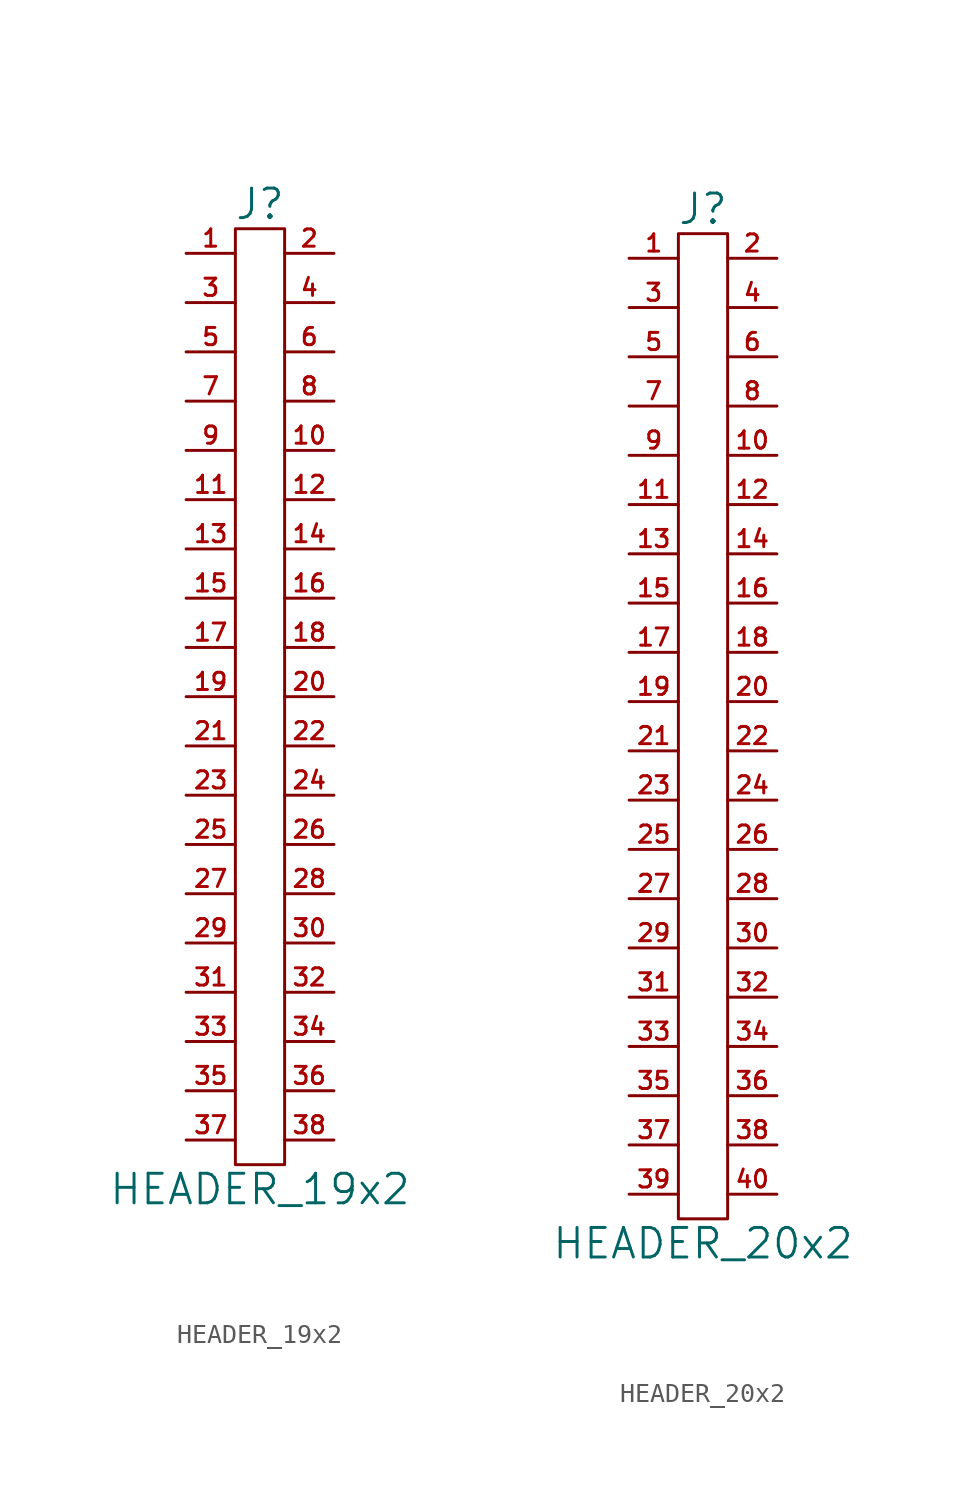
<source format=kicad_sym>
(kicad_symbol_lib
  (version 20201005)
  (generator kicad_symbol_editor)
  (symbol "HEADER_19x2"
    (pin_names
      (offset 0))
    (property "Reference" "J"
      (at 0 25.4 0)
      (effects (font (size 1.524 1.524))))
    (property "Value" "HEADER_19x2"
      (at 0 -25.4 0)
      (effects (font (size 1.524 1.524))))
    (property "Footprint" ""
      (at 0 -1.27 0)
      (effects (font (size 1.524 1.524))))
    (property "Datasheet" ""
      (at 0 -1.27 0)
      (effects (font (size 1.524 1.524))))
    (symbol "HEADER_19x2_0_1"
      (rectangle (start -1.27 24.13) (end 1.27 -24.13) (stroke (width 0)) (fill (type none))))
    (symbol "HEADER_19x2_1_1"
      (pin passive line (at -3.81 22.86 0) (length 2.54) (name "~" (effects (font (size 0.889 0.889)))) (number "1" (effects (font (size 0.889 0.889)))))
      (pin passive line (at 3.81 12.7 180) (length 2.54) (name "~" (effects (font (size 1.27 1.27)))) (number "10" (effects (font (size 0.889 0.889)))))
      (pin passive line (at -3.81 10.16 0) (length 2.54) (name "~" (effects (font (size 1.27 1.27)))) (number "11" (effects (font (size 0.889 0.889)))))
      (pin passive line (at 3.81 10.16 180) (length 2.54) (name "~" (effects (font (size 1.27 1.27)))) (number "12" (effects (font (size 0.889 0.889)))))
      (pin passive line (at -3.81 7.62 0) (length 2.54) (name "~" (effects (font (size 1.27 1.27)))) (number "13" (effects (font (size 0.889 0.889)))))
      (pin passive line (at 3.81 7.62 180) (length 2.54) (name "~" (effects (font (size 1.27 1.27)))) (number "14" (effects (font (size 0.889 0.889)))))
      (pin passive line (at -3.81 5.08 0) (length 2.54) (name "~" (effects (font (size 1.27 1.27)))) (number "15" (effects (font (size 0.889 0.889)))))
      (pin passive line (at 3.81 5.08 180) (length 2.54) (name "~" (effects (font (size 1.27 1.27)))) (number "16" (effects (font (size 0.889 0.889)))))
      (pin passive line (at -3.81 2.54 0) (length 2.54) (name "~" (effects (font (size 1.27 1.27)))) (number "17" (effects (font (size 0.889 0.889)))))
      (pin passive line (at 3.81 2.54 180) (length 2.54) (name "~" (effects (font (size 1.27 1.27)))) (number "18" (effects (font (size 0.889 0.889)))))
      (pin passive line (at -3.81 0 0) (length 2.54) (name "~" (effects (font (size 1.27 1.27)))) (number "19" (effects (font (size 0.889 0.889)))))
      (pin passive line (at 3.81 22.86 180) (length 2.54) (name "~" (effects (font (size 1.27 1.27)))) (number "2" (effects (font (size 0.889 0.889)))))
      (pin passive line (at 3.81 0 180) (length 2.54) (name "~" (effects (font (size 1.27 1.27)))) (number "20" (effects (font (size 0.889 0.889)))))
      (pin passive line (at -3.81 -2.54 0) (length 2.54) (name "~" (effects (font (size 1.27 1.27)))) (number "21" (effects (font (size 0.889 0.889)))))
      (pin passive line (at 3.81 -2.54 180) (length 2.54) (name "~" (effects (font (size 1.27 1.27)))) (number "22" (effects (font (size 0.889 0.889)))))
      (pin passive line (at -3.81 -5.08 0) (length 2.54) (name "~" (effects (font (size 1.27 1.27)))) (number "23" (effects (font (size 0.889 0.889)))))
      (pin passive line (at 3.81 -5.08 180) (length 2.54) (name "~" (effects (font (size 1.27 1.27)))) (number "24" (effects (font (size 0.889 0.889)))))
      (pin passive line (at -3.81 -7.62 0) (length 2.54) (name "~" (effects (font (size 1.27 1.27)))) (number "25" (effects (font (size 0.889 0.889)))))
      (pin passive line (at 3.81 -7.62 180) (length 2.54) (name "~" (effects (font (size 1.27 1.27)))) (number "26" (effects (font (size 0.889 0.889)))))
      (pin passive line (at -3.81 -10.16 0) (length 2.54) (name "~" (effects (font (size 1.27 1.27)))) (number "27" (effects (font (size 0.889 0.889)))))
      (pin passive line (at 3.81 -10.16 180) (length 2.54) (name "~" (effects (font (size 1.27 1.27)))) (number "28" (effects (font (size 0.889 0.889)))))
      (pin passive line (at -3.81 -12.7 0) (length 2.54) (name "~" (effects (font (size 1.27 1.27)))) (number "29" (effects (font (size 0.889 0.889)))))
      (pin passive line (at -3.81 20.32 0) (length 2.54) (name "~" (effects (font (size 1.27 1.27)))) (number "3" (effects (font (size 0.889 0.889)))))
      (pin passive line (at 3.81 -12.7 180) (length 2.54) (name "~" (effects (font (size 1.27 1.27)))) (number "30" (effects (font (size 0.889 0.889)))))
      (pin passive line (at -3.81 -15.24 0) (length 2.54) (name "~" (effects (font (size 1.27 1.27)))) (number "31" (effects (font (size 0.889 0.889)))))
      (pin passive line (at 3.81 -15.24 180) (length 2.54) (name "~" (effects (font (size 1.27 1.27)))) (number "32" (effects (font (size 0.889 0.889)))))
      (pin passive line (at -3.81 -17.78 0) (length 2.54) (name "~" (effects (font (size 1.27 1.27)))) (number "33" (effects (font (size 0.889 0.889)))))
      (pin passive line (at 3.81 -17.78 180) (length 2.54) (name "~" (effects (font (size 1.27 1.27)))) (number "34" (effects (font (size 0.889 0.889)))))
      (pin passive line (at -3.81 -20.32 0) (length 2.54) (name "~" (effects (font (size 1.27 1.27)))) (number "35" (effects (font (size 0.889 0.889)))))
      (pin passive line (at 3.81 -20.32 180) (length 2.54) (name "~" (effects (font (size 1.27 1.27)))) (number "36" (effects (font (size 0.889 0.889)))))
      (pin passive line (at -3.81 -22.86 0) (length 2.54) (name "~" (effects (font (size 1.27 1.27)))) (number "37" (effects (font (size 0.889 0.889)))))
      (pin passive line (at 3.81 -22.86 180) (length 2.54) (name "~" (effects (font (size 1.27 1.27)))) (number "38" (effects (font (size 0.889 0.889)))))
      (pin passive line (at 3.81 20.32 180) (length 2.54) (name "~" (effects (font (size 1.27 1.27)))) (number "4" (effects (font (size 0.889 0.889)))))
      (pin passive line (at -3.81 17.78 0) (length 2.54) (name "~" (effects (font (size 1.27 1.27)))) (number "5" (effects (font (size 0.889 0.889)))))
      (pin passive line (at 3.81 17.78 180) (length 2.54) (name "~" (effects (font (size 1.27 1.27)))) (number "6" (effects (font (size 0.889 0.889)))))
      (pin passive line (at -3.81 15.24 0) (length 2.54) (name "~" (effects (font (size 1.27 1.27)))) (number "7" (effects (font (size 0.889 0.889)))))
      (pin passive line (at 3.81 15.24 180) (length 2.54) (name "~" (effects (font (size 1.27 1.27)))) (number "8" (effects (font (size 0.889 0.889)))))
      (pin passive line (at -3.81 12.7 0) (length 2.54) (name "~" (effects (font (size 1.27 1.27)))) (number "9" (effects (font (size 0.889 0.889)))))))
  (symbol "HEADER_20x2"
    (pin_names
      (offset 0))
    (property "Reference" "J"
      (at 0 26.67 0)
      (effects (font (size 1.524 1.524))))
    (property "Value" "HEADER_20x2"
      (at 0 -26.67 0)
      (effects (font (size 1.524 1.524))))
    (property "Footprint" ""
      (at 0 0 0)
      (effects (font (size 1.524 1.524))))
    (property "Datasheet" ""
      (at 0 0 0)
      (effects (font (size 1.524 1.524))))
    (symbol "HEADER_20x2_0_1"
      (rectangle (start 1.27 25.4) (end -1.27 -25.4) (stroke (width 0)) (fill (type none))))
    (symbol "HEADER_20x2_1_1"
      (pin passive line (at -3.81 24.13 0) (length 2.54) (name "~" (effects (font (size 0.889 0.889)))) (number "1" (effects (font (size 0.889 0.889)))))
      (pin passive line (at 3.81 13.97 180) (length 2.54) (name "~" (effects (font (size 1.27 1.27)))) (number "10" (effects (font (size 0.889 0.889)))))
      (pin passive line (at -3.81 11.43 0) (length 2.54) (name "~" (effects (font (size 1.27 1.27)))) (number "11" (effects (font (size 0.889 0.889)))))
      (pin passive line (at 3.81 11.43 180) (length 2.54) (name "~" (effects (font (size 1.27 1.27)))) (number "12" (effects (font (size 0.889 0.889)))))
      (pin passive line (at -3.81 8.89 0) (length 2.54) (name "~" (effects (font (size 1.27 1.27)))) (number "13" (effects (font (size 0.889 0.889)))))
      (pin passive line (at 3.81 8.89 180) (length 2.54) (name "~" (effects (font (size 1.27 1.27)))) (number "14" (effects (font (size 0.889 0.889)))))
      (pin passive line (at -3.81 6.35 0) (length 2.54) (name "~" (effects (font (size 1.27 1.27)))) (number "15" (effects (font (size 0.889 0.889)))))
      (pin passive line (at 3.81 6.35 180) (length 2.54) (name "~" (effects (font (size 1.27 1.27)))) (number "16" (effects (font (size 0.889 0.889)))))
      (pin passive line (at -3.81 3.81 0) (length 2.54) (name "~" (effects (font (size 1.27 1.27)))) (number "17" (effects (font (size 0.889 0.889)))))
      (pin passive line (at 3.81 3.81 180) (length 2.54) (name "~" (effects (font (size 1.27 1.27)))) (number "18" (effects (font (size 0.889 0.889)))))
      (pin passive line (at -3.81 1.27 0) (length 2.54) (name "~" (effects (font (size 1.27 1.27)))) (number "19" (effects (font (size 0.889 0.889)))))
      (pin passive line (at 3.81 24.13 180) (length 2.54) (name "~" (effects (font (size 1.27 1.27)))) (number "2" (effects (font (size 0.889 0.889)))))
      (pin passive line (at 3.81 1.27 180) (length 2.54) (name "~" (effects (font (size 1.27 1.27)))) (number "20" (effects (font (size 0.889 0.889)))))
      (pin passive line (at -3.81 -1.27 0) (length 2.54) (name "~" (effects (font (size 1.27 1.27)))) (number "21" (effects (font (size 0.889 0.889)))))
      (pin passive line (at 3.81 -1.27 180) (length 2.54) (name "~" (effects (font (size 1.27 1.27)))) (number "22" (effects (font (size 0.889 0.889)))))
      (pin passive line (at -3.81 -3.81 0) (length 2.54) (name "~" (effects (font (size 1.27 1.27)))) (number "23" (effects (font (size 0.889 0.889)))))
      (pin passive line (at 3.81 -3.81 180) (length 2.54) (name "~" (effects (font (size 1.27 1.27)))) (number "24" (effects (font (size 0.889 0.889)))))
      (pin passive line (at -3.81 -6.35 0) (length 2.54) (name "~" (effects (font (size 1.27 1.27)))) (number "25" (effects (font (size 0.889 0.889)))))
      (pin passive line (at 3.81 -6.35 180) (length 2.54) (name "~" (effects (font (size 1.27 1.27)))) (number "26" (effects (font (size 0.889 0.889)))))
      (pin passive line (at -3.81 -8.89 0) (length 2.54) (name "~" (effects (font (size 1.27 1.27)))) (number "27" (effects (font (size 0.889 0.889)))))
      (pin passive line (at 3.81 -8.89 180) (length 2.54) (name "~" (effects (font (size 1.27 1.27)))) (number "28" (effects (font (size 0.889 0.889)))))
      (pin passive line (at -3.81 -11.43 0) (length 2.54) (name "~" (effects (font (size 1.27 1.27)))) (number "29" (effects (font (size 0.889 0.889)))))
      (pin passive line (at -3.81 21.59 0) (length 2.54) (name "~" (effects (font (size 1.27 1.27)))) (number "3" (effects (font (size 0.889 0.889)))))
      (pin passive line (at 3.81 -11.43 180) (length 2.54) (name "~" (effects (font (size 1.27 1.27)))) (number "30" (effects (font (size 0.889 0.889)))))
      (pin passive line (at -3.81 -13.97 0) (length 2.54) (name "~" (effects (font (size 1.27 1.27)))) (number "31" (effects (font (size 0.889 0.889)))))
      (pin passive line (at 3.81 -13.97 180) (length 2.54) (name "~" (effects (font (size 1.27 1.27)))) (number "32" (effects (font (size 0.889 0.889)))))
      (pin passive line (at -3.81 -16.51 0) (length 2.54) (name "~" (effects (font (size 1.27 1.27)))) (number "33" (effects (font (size 0.889 0.889)))))
      (pin passive line (at 3.81 -16.51 180) (length 2.54) (name "~" (effects (font (size 1.27 1.27)))) (number "34" (effects (font (size 0.889 0.889)))))
      (pin passive line (at -3.81 -19.05 0) (length 2.54) (name "~" (effects (font (size 1.27 1.27)))) (number "35" (effects (font (size 0.889 0.889)))))
      (pin passive line (at 3.81 -19.05 180) (length 2.54) (name "~" (effects (font (size 1.27 1.27)))) (number "36" (effects (font (size 0.889 0.889)))))
      (pin passive line (at -3.81 -21.59 0) (length 2.54) (name "~" (effects (font (size 1.27 1.27)))) (number "37" (effects (font (size 0.889 0.889)))))
      (pin passive line (at 3.81 -21.59 180) (length 2.54) (name "~" (effects (font (size 1.27 1.27)))) (number "38" (effects (font (size 0.889 0.889)))))
      (pin passive line (at -3.81 -24.13 0) (length 2.54) (name "~" (effects (font (size 1.27 1.27)))) (number "39" (effects (font (size 0.889 0.889)))))
      (pin passive line (at 3.81 21.59 180) (length 2.54) (name "~" (effects (font (size 1.27 1.27)))) (number "4" (effects (font (size 0.889 0.889)))))
      (pin passive line (at 3.81 -24.13 180) (length 2.54) (name "~" (effects (font (size 1.27 1.27)))) (number "40" (effects (font (size 0.889 0.889)))))
      (pin passive line (at -3.81 19.05 0) (length 2.54) (name "~" (effects (font (size 1.27 1.27)))) (number "5" (effects (font (size 0.889 0.889)))))
      (pin passive line (at 3.81 19.05 180) (length 2.54) (name "~" (effects (font (size 1.27 1.27)))) (number "6" (effects (font (size 0.889 0.889)))))
      (pin passive line (at -3.81 16.51 0) (length 2.54) (name "~" (effects (font (size 1.27 1.27)))) (number "7" (effects (font (size 0.889 0.889)))))
      (pin passive line (at 3.81 16.51 180) (length 2.54) (name "~" (effects (font (size 1.27 1.27)))) (number "8" (effects (font (size 0.889 0.889)))))
      (pin passive line (at -3.81 13.97 0) (length 2.54) (name "~" (effects (font (size 1.27 1.27)))) (number "9" (effects (font (size 0.889 0.889))))))))
</source>
